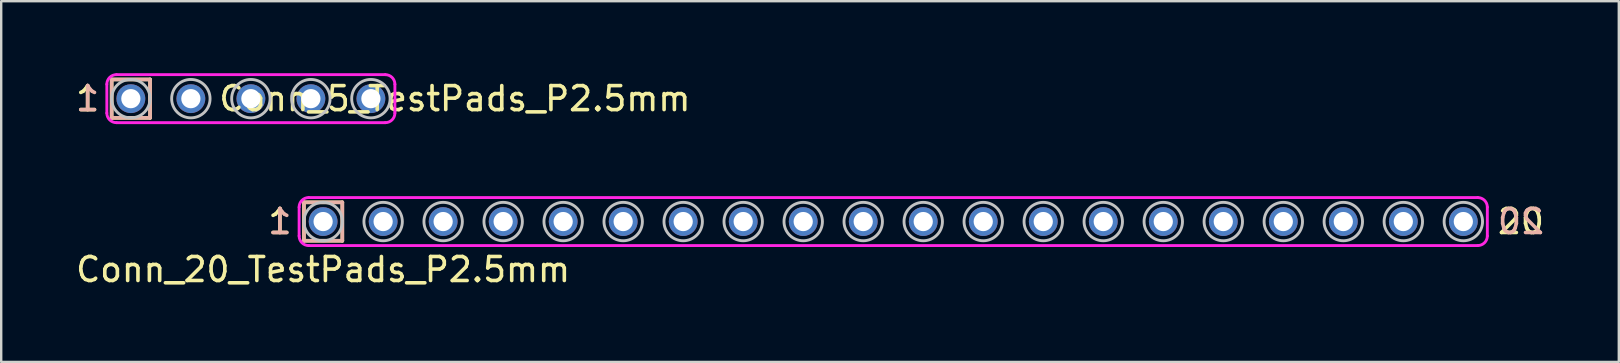
<source format=kicad_pcb>
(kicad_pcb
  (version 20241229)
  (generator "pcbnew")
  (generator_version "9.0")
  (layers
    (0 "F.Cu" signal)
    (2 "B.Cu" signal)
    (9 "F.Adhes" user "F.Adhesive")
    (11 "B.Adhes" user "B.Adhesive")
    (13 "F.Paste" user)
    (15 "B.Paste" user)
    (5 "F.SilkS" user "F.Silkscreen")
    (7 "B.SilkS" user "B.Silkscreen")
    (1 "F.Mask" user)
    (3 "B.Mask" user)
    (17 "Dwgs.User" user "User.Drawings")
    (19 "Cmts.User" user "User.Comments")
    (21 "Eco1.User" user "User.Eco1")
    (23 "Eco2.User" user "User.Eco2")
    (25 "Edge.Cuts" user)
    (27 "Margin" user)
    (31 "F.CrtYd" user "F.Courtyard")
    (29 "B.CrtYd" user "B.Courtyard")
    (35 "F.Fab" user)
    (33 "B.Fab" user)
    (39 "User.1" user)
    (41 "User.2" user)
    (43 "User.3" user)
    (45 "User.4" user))
  (footprint "Conn_5_TestPads_P2.5mm"
    (layer "F.Cu")
    (at 2.401 1.06)
    (property "Reference" "Conn_5_TestPads_P2.5mm" (at 13.5 0 0) (layer "F.SilkS") (effects (font (size 1 1) (thickness 0.15))))
    (attr exclude_from_pos_files exclude_from_bom)
    (fp_line (start -0.8 -0.8) (end 0.8 -0.8) (stroke (width 0.15) (type solid)) (layer "F.SilkS"))
    (fp_line (start -0.8 0.8) (end -0.8 -0.8) (stroke (width 0.15) (type solid)) (layer "F.SilkS"))
    (fp_line (start 0.8 -0.8) (end 0.8 0.8) (stroke (width 0.15) (type solid)) (layer "F.SilkS"))
    (fp_line (start 0.8 0.8) (end -0.8 0.8) (stroke (width 0.15) (type solid)) (layer "F.SilkS"))
    (fp_line (start -0.8 -0.8) (end 0.8 -0.8) (stroke (width 0.15) (type solid)) (layer "B.SilkS"))
    (fp_line (start -0.8 0.8) (end -0.8 -0.8) (stroke (width 0.15) (type solid)) (layer "B.SilkS"))
    (fp_line (start 0.8 -0.8) (end 0.8 0.8) (stroke (width 0.15) (type solid)) (layer "B.SilkS"))
    (fp_line (start 0.8 0.8) (end -0.8 0.8) (stroke (width 0.15) (type solid)) (layer "B.SilkS"))
    (fp_circle (center 0 0) (end 0.8 0) (stroke (width 0.12) (type solid)) (fill no) (layer "Dwgs.User"))
    (fp_circle (center 2.5 0) (end 3.3 0) (stroke (width 0.12) (type solid)) (fill no) (layer "Dwgs.User"))
    (fp_circle (center 5 0) (end 5.8 0) (stroke (width 0.12) (type solid)) (fill no) (layer "Dwgs.User"))
    (fp_circle (center 7.5 0) (end 8.3 0) (stroke (width 0.12) (type solid)) (fill no) (layer "Dwgs.User"))
    (fp_circle (center 10 0) (end 10.8 0) (stroke (width 0.12) (type solid)) (fill no) (layer "Dwgs.User"))
    (fp_line (start -1 -0.6) (end -1 0.6) (stroke (width 0.12) (type solid)) (layer "F.CrtYd"))
    (fp_line (start -0.6 1) (end 10.6 1) (stroke (width 0.12) (type solid)) (layer "F.CrtYd"))
    (fp_line (start 10.6 -1) (end -0.6 -1) (stroke (width 0.12) (type solid)) (layer "F.CrtYd"))
    (fp_line (start 11 0.6) (end 11 -0.6) (stroke (width 0.12) (type solid)) (layer "F.CrtYd"))
    (fp_arc (start -1 -0.6) (mid -0.882843 -0.882843) (end -0.6 -1) (stroke (width 0.12) (type solid)) (layer "F.CrtYd"))
    (fp_arc (start -0.6 1) (mid -0.882843 0.882843) (end -1 0.6) (stroke (width 0.12) (type solid)) (layer "F.CrtYd"))
    (fp_arc (start 10.6 -1) (mid 10.882843 -0.882843) (end 11 -0.6) (stroke (width 0.12) (type solid)) (layer "F.CrtYd"))
    (fp_arc (start 11 0.6) (mid 10.882843 0.882843) (end 10.6 1) (stroke (width 0.12) (type solid)) (layer "F.CrtYd"))
    (fp_text user "1" (at -1.8 0 0) (layer "F.SilkS") (effects (font (size 1 1) (thickness 0.15))))
    (fp_text user "1" (at -1.8 0 0) (layer "B.SilkS") (effects (font (size 1 1) (thickness 0.15)) (justify mirror)))
    (pad "1" thru_hole circle (at 0 0) (size 1.2 1.2) (drill 0.8) (layers "*.Cu" "*.Mask"))
    (pad "2" thru_hole circle (at 2.5 0) (size 1.2 1.2) (drill 0.8) (layers "*.Cu" "*.Mask"))
    (pad "3" thru_hole circle (at 5 0) (size 1.2 1.2) (drill 0.8) (layers "*.Cu" "*.Mask"))
    (pad "4" thru_hole circle (at 7.5 0) (size 1.2 1.2) (drill 0.8) (layers "*.Cu" "*.Mask"))
    (pad "5" thru_hole circle (at 10 0) (size 1.2 1.2) (drill 0.8) (layers "*.Cu" "*.Mask")))
  (footprint "Conn_20_TestPads_P2.5mm"
    (layer "F.Cu")
    (at 10.411 6.18)
    (property "Reference" "Conn_20_TestPads_P2.5mm" (at 0 2 0) (layer "F.SilkS") (effects (font (size 1 1) (thickness 0.15))))
    (attr exclude_from_pos_files exclude_from_bom)
    (fp_line (start -0.8 -0.8) (end 0.8 -0.8) (stroke (width 0.15) (type solid)) (layer "F.SilkS"))
    (fp_line (start -0.8 0.8) (end -0.8 -0.8) (stroke (width 0.15) (type solid)) (layer "F.SilkS"))
    (fp_line (start 0.8 -0.8) (end 0.8 0.8) (stroke (width 0.15) (type solid)) (layer "F.SilkS"))
    (fp_line (start 0.8 0.8) (end -0.8 0.8) (stroke (width 0.15) (type solid)) (layer "F.SilkS"))
    (fp_line (start -0.8 -0.8) (end 0.8 -0.8) (stroke (width 0.15) (type solid)) (layer "B.SilkS"))
    (fp_line (start -0.8 0.8) (end -0.8 -0.8) (stroke (width 0.15) (type solid)) (layer "B.SilkS"))
    (fp_line (start 0.8 -0.8) (end 0.8 0.8) (stroke (width 0.15) (type solid)) (layer "B.SilkS"))
    (fp_line (start 0.8 0.8) (end -0.8 0.8) (stroke (width 0.15) (type solid)) (layer "B.SilkS"))
    (fp_circle (center 0 0) (end 0.8 0) (stroke (width 0.12) (type solid)) (fill no) (layer "Dwgs.User"))
    (fp_circle (center 2.5 0) (end 3.3 0) (stroke (width 0.12) (type solid)) (fill no) (layer "Dwgs.User"))
    (fp_circle (center 5 0) (end 5.8 0) (stroke (width 0.12) (type solid)) (fill no) (layer "Dwgs.User"))
    (fp_circle (center 7.5 0) (end 8.3 0) (stroke (width 0.12) (type solid)) (fill no) (layer "Dwgs.User"))
    (fp_circle (center 10 0) (end 10.8 0) (stroke (width 0.12) (type solid)) (fill no) (layer "Dwgs.User"))
    (fp_circle (center 12.5 0) (end 13.3 0) (stroke (width 0.12) (type solid)) (fill no) (layer "Dwgs.User"))
    (fp_circle (center 15 0) (end 15.8 0) (stroke (width 0.12) (type solid)) (fill no) (layer "Dwgs.User"))
    (fp_circle (center 17.5 0) (end 18.3 0) (stroke (width 0.12) (type solid)) (fill no) (layer "Dwgs.User"))
    (fp_circle (center 20 0) (end 20.8 0) (stroke (width 0.12) (type solid)) (fill no) (layer "Dwgs.User"))
    (fp_circle (center 22.5 0) (end 23.3 0) (stroke (width 0.12) (type solid)) (fill no) (layer "Dwgs.User"))
    (fp_circle (center 25 0) (end 25.8 0) (stroke (width 0.12) (type solid)) (fill no) (layer "Dwgs.User"))
    (fp_circle (center 27.5 0) (end 28.3 0) (stroke (width 0.12) (type solid)) (fill no) (layer "Dwgs.User"))
    (fp_circle (center 30 0) (end 30.8 0) (stroke (width 0.12) (type solid)) (fill no) (layer "Dwgs.User"))
    (fp_circle (center 32.5 0) (end 33.3 0) (stroke (width 0.12) (type solid)) (fill no) (layer "Dwgs.User"))
    (fp_circle (center 35 0) (end 35.8 0) (stroke (width 0.12) (type solid)) (fill no) (layer "Dwgs.User"))
    (fp_circle (center 37.5 0) (end 38.3 0) (stroke (width 0.12) (type solid)) (fill no) (layer "Dwgs.User"))
    (fp_circle (center 40 0) (end 40.8 0) (stroke (width 0.12) (type solid)) (fill no) (layer "Dwgs.User"))
    (fp_circle (center 42.5 0) (end 43.3 0) (stroke (width 0.12) (type solid)) (fill no) (layer "Dwgs.User"))
    (fp_circle (center 45 0) (end 45.8 0) (stroke (width 0.12) (type solid)) (fill no) (layer "Dwgs.User"))
    (fp_circle (center 47.5 0) (end 48.3 0) (stroke (width 0.12) (type solid)) (fill no) (layer "Dwgs.User"))
    (fp_line (start -1 -0.6) (end -1 0.6) (stroke (width 0.12) (type solid)) (layer "F.CrtYd"))
    (fp_line (start -0.6 1) (end 48.1 1) (stroke (width 0.12) (type solid)) (layer "F.CrtYd"))
    (fp_line (start 48.1 -1) (end -0.6 -1) (stroke (width 0.12) (type solid)) (layer "F.CrtYd"))
    (fp_line (start 48.5 0.6) (end 48.5 -0.6) (stroke (width 0.12) (type solid)) (layer "F.CrtYd"))
    (fp_arc (start -1 -0.6) (mid -0.882843 -0.882843) (end -0.6 -1) (stroke (width 0.12) (type solid)) (layer "F.CrtYd"))
    (fp_arc (start -0.6 1) (mid -0.882843 0.882843) (end -1 0.6) (stroke (width 0.12) (type solid)) (layer "F.CrtYd"))
    (fp_arc (start 48.1 -1) (mid 48.382843 -0.882843) (end 48.5 -0.6) (stroke (width 0.12) (type solid)) (layer "F.CrtYd"))
    (fp_arc (start 48.5 0.6) (mid 48.382843 0.882843) (end 48.1 1) (stroke (width 0.12) (type solid)) (layer "F.CrtYd"))
    (fp_text user "1" (at -1.8 0 0) (layer "F.SilkS") (effects (font (size 1 1) (thickness 0.15))))
    (fp_text user "20" (at 49.9 0 0) (layer "F.SilkS") (effects (font (size 1 1) (thickness 0.15))))
    (fp_text user "20" (at 49.9 0 0) (layer "B.SilkS") (effects (font (size 1 1) (thickness 0.15)) (justify mirror)))
    (fp_text user "1" (at -1.8 0 0) (layer "B.SilkS") (effects (font (size 1 1) (thickness 0.15)) (justify mirror)))
    (pad "1" thru_hole circle (at 0 0) (size 1.2 1.2) (drill 0.8) (layers "*.Cu" "*.Mask"))
    (pad "2" thru_hole circle (at 2.5 0) (size 1.2 1.2) (drill 0.8) (layers "*.Cu" "*.Mask"))
    (pad "3" thru_hole circle (at 5 0) (size 1.2 1.2) (drill 0.8) (layers "*.Cu" "*.Mask"))
    (pad "4" thru_hole circle (at 7.5 0) (size 1.2 1.2) (drill 0.8) (layers "*.Cu" "*.Mask"))
    (pad "5" thru_hole circle (at 10 0) (size 1.2 1.2) (drill 0.8) (layers "*.Cu" "*.Mask"))
    (pad "6" thru_hole circle (at 12.5 0) (size 1.2 1.2) (drill 0.8) (layers "*.Cu" "*.Mask"))
    (pad "7" thru_hole circle (at 15 0) (size 1.2 1.2) (drill 0.8) (layers "*.Cu" "*.Mask"))
    (pad "8" thru_hole circle (at 17.5 0) (size 1.2 1.2) (drill 0.8) (layers "*.Cu" "*.Mask"))
    (pad "9" thru_hole circle (at 20 0) (size 1.2 1.2) (drill 0.8) (layers "*.Cu" "*.Mask"))
    (pad "10" thru_hole circle (at 22.5 0) (size 1.2 1.2) (drill 0.8) (layers "*.Cu" "*.Mask"))
    (pad "11" thru_hole circle (at 25 0) (size 1.2 1.2) (drill 0.8) (layers "*.Cu" "*.Mask"))
    (pad "12" thru_hole circle (at 27.5 0) (size 1.2 1.2) (drill 0.8) (layers "*.Cu" "*.Mask"))
    (pad "13" thru_hole circle (at 30 0) (size 1.2 1.2) (drill 0.8) (layers "*.Cu" "*.Mask"))
    (pad "14" thru_hole circle (at 32.5 0) (size 1.2 1.2) (drill 0.8) (layers "*.Cu" "*.Mask"))
    (pad "15" thru_hole circle (at 35 0) (size 1.2 1.2) (drill 0.8) (layers "*.Cu" "*.Mask"))
    (pad "16" thru_hole circle (at 37.5 0) (size 1.2 1.2) (drill 0.8) (layers "*.Cu" "*.Mask"))
    (pad "17" thru_hole circle (at 40 0) (size 1.2 1.2) (drill 0.8) (layers "*.Cu" "*.Mask"))
    (pad "18" thru_hole circle (at 42.5 0) (size 1.2 1.2) (drill 0.8) (layers "*.Cu" "*.Mask"))
    (pad "19" thru_hole circle (at 45 0) (size 1.2 1.2) (drill 0.8) (layers "*.Cu" "*.Mask"))
    (pad "20" thru_hole circle (at 47.5 0) (size 1.2 1.2) (drill 0.8) (layers "*.Cu" "*.Mask")))
  (gr_rect
    (start -3 -3)
    (end 64.388 12.028)
    (stroke (width 0.1) (type default))
    (fill no)
    (layer "Edge.Cuts")))
</source>
